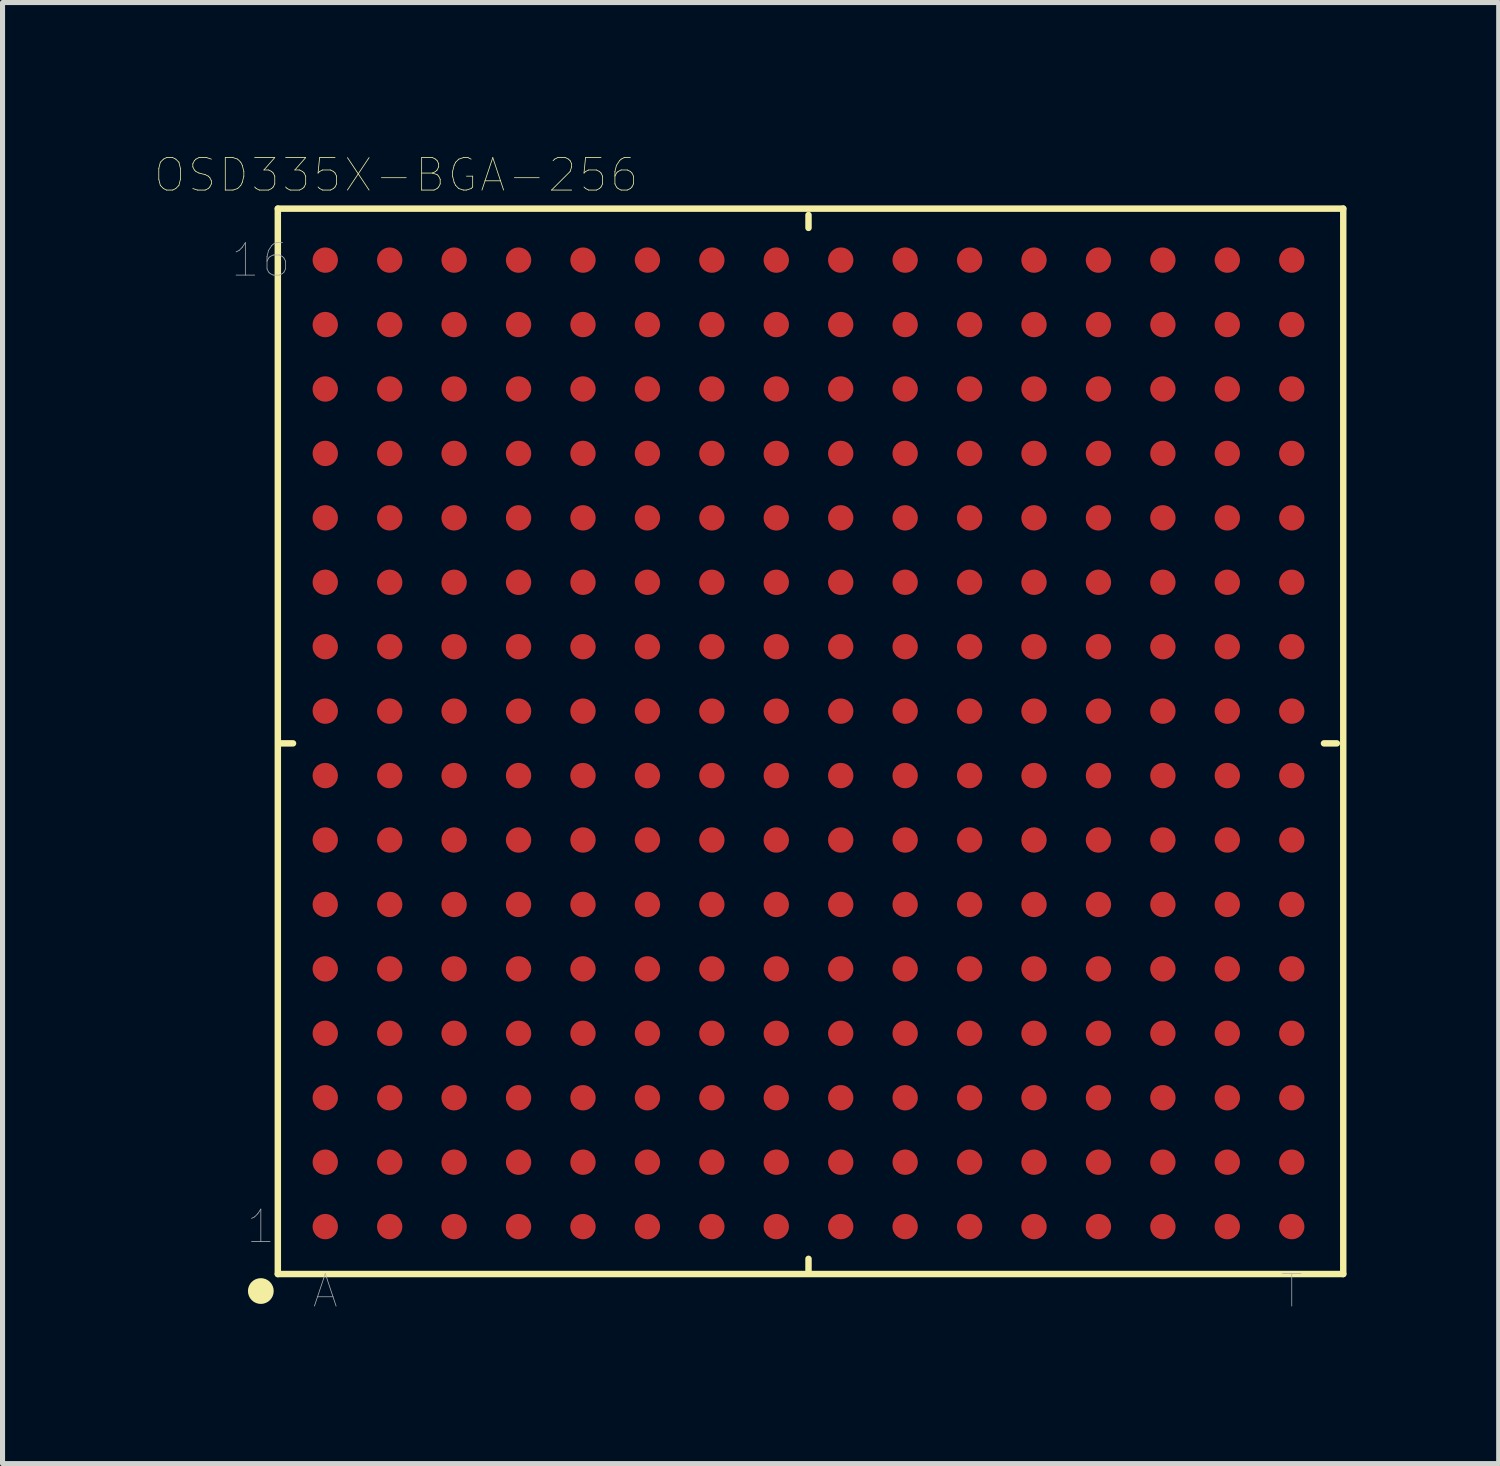
<source format=kicad_pcb>
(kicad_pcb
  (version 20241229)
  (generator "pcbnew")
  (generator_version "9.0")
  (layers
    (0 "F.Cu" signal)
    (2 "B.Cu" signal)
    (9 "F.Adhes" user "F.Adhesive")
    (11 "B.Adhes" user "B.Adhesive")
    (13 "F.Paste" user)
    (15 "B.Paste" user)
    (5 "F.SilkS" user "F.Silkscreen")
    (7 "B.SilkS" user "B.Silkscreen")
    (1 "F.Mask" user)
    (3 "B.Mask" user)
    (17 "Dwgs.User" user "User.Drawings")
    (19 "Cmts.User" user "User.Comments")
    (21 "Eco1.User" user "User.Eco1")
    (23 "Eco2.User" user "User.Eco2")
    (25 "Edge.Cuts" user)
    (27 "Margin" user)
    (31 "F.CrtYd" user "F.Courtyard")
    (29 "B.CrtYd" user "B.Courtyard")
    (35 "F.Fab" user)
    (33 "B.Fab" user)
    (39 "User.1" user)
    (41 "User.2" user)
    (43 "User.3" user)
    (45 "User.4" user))
  (footprint "OSD335X-BGA-256"
    (layer "F.Cu")
    (at 12.886 11.602)
    (property "Reference" "OSD335X-BGA-256" (at -8.128 -11.201 0) (layer "F.SilkS") (effects (font (size 0.64 0.64) (thickness 0.015))))
    (attr through_hole)
    (fp_line (start -10.46 -10.54) (end -10.46 10.46) (stroke (width 0.127) (type solid)) (layer "F.SilkS"))
    (fp_line (start -10.46 10.46) (end 10.54 10.46) (stroke (width 0.127) (type solid)) (layer "F.SilkS"))
    (fp_line (start -10.414 0) (end -10.16 0) (stroke (width 0.127) (type solid)) (layer "F.SilkS"))
    (fp_line (start 0 -10.414) (end 0 -10.16) (stroke (width 0.127) (type solid)) (layer "F.SilkS"))
    (fp_line (start 0 10.414) (end 0 10.16) (stroke (width 0.127) (type solid)) (layer "F.SilkS"))
    (fp_line (start 10.414 0) (end 10.16 0) (stroke (width 0.127) (type solid)) (layer "F.SilkS"))
    (fp_line (start 10.54 -10.54) (end -10.46 -10.54) (stroke (width 0.127) (type solid)) (layer "F.SilkS"))
    (fp_line (start 10.54 10.46) (end 10.54 -10.54) (stroke (width 0.127) (type solid)) (layer "F.SilkS"))
    (fp_circle (center -10.795 10.795) (end -10.668 10.795) (stroke (width 0.254) (type solid)) (fill no) (layer "F.SilkS"))
    (fp_text user "16" (at -10.795 -9.525 0) (layer "F.Fab") (effects (font (size 0.64 0.64) (thickness 0.015))))
    (fp_text user "1" (at -10.795 9.525 0) (layer "F.Fab") (effects (font (size 0.64 0.64) (thickness 0.015))))
    (fp_text user "T" (at 9.525 10.795 0) (layer "F.Fab") (effects (font (size 0.64 0.64) (thickness 0.015))))
    (fp_text user "A" (at -9.525 10.795 0) (layer "F.Fab") (effects (font (size 0.64 0.64) (thickness 0.015))))
    (pad "A1" smd circle (at -9.525 9.525) (size 0.5 0.5) (layers "F.Cu" "F.Mask" "F.Paste"))
    (pad "A2" smd circle (at -9.525 8.255) (size 0.5 0.5) (layers "F.Cu" "F.Mask" "F.Paste"))
    (pad "A3" smd circle (at -9.525 6.985) (size 0.5 0.5) (layers "F.Cu" "F.Mask" "F.Paste"))
    (pad "A4" smd circle (at -9.525 5.715) (size 0.5 0.5) (layers "F.Cu" "F.Mask" "F.Paste"))
    (pad "A5" smd circle (at -9.525 4.445) (size 0.5 0.5) (layers "F.Cu" "F.Mask" "F.Paste"))
    (pad "A6" smd circle (at -9.525 3.175) (size 0.5 0.5) (layers "F.Cu" "F.Mask" "F.Paste"))
    (pad "A7" smd circle (at -9.525 1.905) (size 0.5 0.5) (layers "F.Cu" "F.Mask" "F.Paste"))
    (pad "A8" smd circle (at -9.525 0.635) (size 0.5 0.5) (layers "F.Cu" "F.Mask" "F.Paste"))
    (pad "A9" smd circle (at -9.525 -0.635) (size 0.5 0.5) (layers "F.Cu" "F.Mask" "F.Paste"))
    (pad "A10" smd circle (at -9.525 -1.905) (size 0.5 0.5) (layers "F.Cu" "F.Mask" "F.Paste"))
    (pad "A11" smd circle (at -9.525 -3.175) (size 0.5 0.5) (layers "F.Cu" "F.Mask" "F.Paste"))
    (pad "A12" smd circle (at -9.525 -4.445) (size 0.5 0.5) (layers "F.Cu" "F.Mask" "F.Paste"))
    (pad "A13" smd circle (at -9.525 -5.715) (size 0.5 0.5) (layers "F.Cu" "F.Mask" "F.Paste"))
    (pad "A14" smd circle (at -9.525 -6.985) (size 0.5 0.5) (layers "F.Cu" "F.Mask" "F.Paste"))
    (pad "A15" smd circle (at -9.525 -8.255) (size 0.5 0.5) (layers "F.Cu" "F.Mask" "F.Paste"))
    (pad "A16" smd circle (at -9.525 -9.525) (size 0.5 0.5) (layers "F.Cu" "F.Mask" "F.Paste"))
    (pad "B1" smd circle (at -8.255 9.525) (size 0.5 0.5) (layers "F.Cu" "F.Mask" "F.Paste"))
    (pad "B2" smd circle (at -8.255 8.255) (size 0.5 0.5) (layers "F.Cu" "F.Mask" "F.Paste"))
    (pad "B3" smd circle (at -8.255 6.985) (size 0.5 0.5) (layers "F.Cu" "F.Mask" "F.Paste"))
    (pad "B4" smd circle (at -8.255 5.715) (size 0.5 0.5) (layers "F.Cu" "F.Mask" "F.Paste"))
    (pad "B5" smd circle (at -8.255 4.445) (size 0.5 0.5) (layers "F.Cu" "F.Mask" "F.Paste"))
    (pad "B6" smd circle (at -8.255 3.175) (size 0.5 0.5) (layers "F.Cu" "F.Mask" "F.Paste"))
    (pad "B7" smd circle (at -8.255 1.905) (size 0.5 0.5) (layers "F.Cu" "F.Mask" "F.Paste"))
    (pad "B8" smd circle (at -8.255 0.635) (size 0.5 0.5) (layers "F.Cu" "F.Mask" "F.Paste"))
    (pad "B9" smd circle (at -8.255 -0.635) (size 0.5 0.5) (layers "F.Cu" "F.Mask" "F.Paste"))
    (pad "B10" smd circle (at -8.255 -1.905) (size 0.5 0.5) (layers "F.Cu" "F.Mask" "F.Paste"))
    (pad "B11" smd circle (at -8.255 -3.175) (size 0.5 0.5) (layers "F.Cu" "F.Mask" "F.Paste"))
    (pad "B12" smd circle (at -8.255 -4.445) (size 0.5 0.5) (layers "F.Cu" "F.Mask" "F.Paste"))
    (pad "B13" smd circle (at -8.255 -5.715) (size 0.5 0.5) (layers "F.Cu" "F.Mask" "F.Paste"))
    (pad "B14" smd circle (at -8.255 -6.985) (size 0.5 0.5) (layers "F.Cu" "F.Mask" "F.Paste"))
    (pad "B15" smd circle (at -8.255 -8.255) (size 0.5 0.5) (layers "F.Cu" "F.Mask" "F.Paste"))
    (pad "B16" smd circle (at -8.255 -9.525) (size 0.5 0.5) (layers "F.Cu" "F.Mask" "F.Paste"))
    (pad "C1" smd circle (at -6.985 9.525) (size 0.5 0.5) (layers "F.Cu" "F.Mask" "F.Paste"))
    (pad "C2" smd circle (at -6.985 8.255) (size 0.5 0.5) (layers "F.Cu" "F.Mask" "F.Paste"))
    (pad "C3" smd circle (at -6.985 6.985) (size 0.5 0.5) (layers "F.Cu" "F.Mask" "F.Paste"))
    (pad "C4" smd circle (at -6.985 5.715) (size 0.5 0.5) (layers "F.Cu" "F.Mask" "F.Paste"))
    (pad "C5" smd circle (at -6.985 4.445) (size 0.5 0.5) (layers "F.Cu" "F.Mask" "F.Paste"))
    (pad "C6" smd circle (at -6.985 3.175) (size 0.5 0.5) (layers "F.Cu" "F.Mask" "F.Paste"))
    (pad "C7" smd circle (at -6.985 1.905) (size 0.5 0.5) (layers "F.Cu" "F.Mask" "F.Paste"))
    (pad "C8" smd circle (at -6.985 0.635) (size 0.5 0.5) (layers "F.Cu" "F.Mask" "F.Paste"))
    (pad "C9" smd circle (at -6.985 -0.635) (size 0.5 0.5) (layers "F.Cu" "F.Mask" "F.Paste"))
    (pad "C10" smd circle (at -6.985 -1.905) (size 0.5 0.5) (layers "F.Cu" "F.Mask" "F.Paste"))
    (pad "C11" smd circle (at -6.985 -3.175) (size 0.5 0.5) (layers "F.Cu" "F.Mask" "F.Paste"))
    (pad "C12" smd circle (at -6.985 -4.445) (size 0.5 0.5) (layers "F.Cu" "F.Mask" "F.Paste"))
    (pad "C13" smd circle (at -6.985 -5.715) (size 0.5 0.5) (layers "F.Cu" "F.Mask" "F.Paste"))
    (pad "C14" smd circle (at -6.985 -6.985) (size 0.5 0.5) (layers "F.Cu" "F.Mask" "F.Paste"))
    (pad "C15" smd circle (at -6.985 -8.255) (size 0.5 0.5) (layers "F.Cu" "F.Mask" "F.Paste"))
    (pad "C16" smd circle (at -6.985 -9.525) (size 0.5 0.5) (layers "F.Cu" "F.Mask" "F.Paste"))
    (pad "D1" smd circle (at -5.715 9.525) (size 0.5 0.5) (layers "F.Cu" "F.Mask" "F.Paste"))
    (pad "D2" smd circle (at -5.715 8.255) (size 0.5 0.5) (layers "F.Cu" "F.Mask" "F.Paste"))
    (pad "D3" smd circle (at -5.715 6.985) (size 0.5 0.5) (layers "F.Cu" "F.Mask" "F.Paste"))
    (pad "D4" smd circle (at -5.715 5.715) (size 0.5 0.5) (layers "F.Cu" "F.Mask" "F.Paste"))
    (pad "D5" smd circle (at -5.715 4.445) (size 0.5 0.5) (layers "F.Cu" "F.Mask" "F.Paste"))
    (pad "D6" smd circle (at -5.715 3.175) (size 0.5 0.5) (layers "F.Cu" "F.Mask" "F.Paste"))
    (pad "D7" smd circle (at -5.715 1.905) (size 0.5 0.5) (layers "F.Cu" "F.Mask" "F.Paste"))
    (pad "D8" smd circle (at -5.715 0.635) (size 0.5 0.5) (layers "F.Cu" "F.Mask" "F.Paste"))
    (pad "D9" smd circle (at -5.715 -0.635) (size 0.5 0.5) (layers "F.Cu" "F.Mask" "F.Paste"))
    (pad "D10" smd circle (at -5.715 -1.905) (size 0.5 0.5) (layers "F.Cu" "F.Mask" "F.Paste"))
    (pad "D11" smd circle (at -5.715 -3.175) (size 0.5 0.5) (layers "F.Cu" "F.Mask" "F.Paste"))
    (pad "D12" smd circle (at -5.715 -4.445) (size 0.5 0.5) (layers "F.Cu" "F.Mask" "F.Paste"))
    (pad "D13" smd circle (at -5.715 -5.715) (size 0.5 0.5) (layers "F.Cu" "F.Mask" "F.Paste"))
    (pad "D14" smd circle (at -5.715 -6.985) (size 0.5 0.5) (layers "F.Cu" "F.Mask" "F.Paste"))
    (pad "D15" smd circle (at -5.715 -8.255) (size 0.5 0.5) (layers "F.Cu" "F.Mask" "F.Paste"))
    (pad "D16" smd circle (at -5.715 -9.525) (size 0.5 0.5) (layers "F.Cu" "F.Mask" "F.Paste"))
    (pad "E1" smd circle (at -4.445 9.525) (size 0.5 0.5) (layers "F.Cu" "F.Mask" "F.Paste"))
    (pad "E2" smd circle (at -4.445 8.255) (size 0.5 0.5) (layers "F.Cu" "F.Mask" "F.Paste"))
    (pad "E3" smd circle (at -4.445 6.985) (size 0.5 0.5) (layers "F.Cu" "F.Mask" "F.Paste"))
    (pad "E4" smd circle (at -4.445 5.715) (size 0.5 0.5) (layers "F.Cu" "F.Mask" "F.Paste"))
    (pad "E5" smd circle (at -4.445 4.445) (size 0.5 0.5) (layers "F.Cu" "F.Mask" "F.Paste"))
    (pad "E6" smd circle (at -4.445 3.175) (size 0.5 0.5) (layers "F.Cu" "F.Mask" "F.Paste"))
    (pad "E7" smd circle (at -4.445 1.905) (size 0.5 0.5) (layers "F.Cu" "F.Mask" "F.Paste"))
    (pad "E8" smd circle (at -4.445 0.635) (size 0.5 0.5) (layers "F.Cu" "F.Mask" "F.Paste"))
    (pad "E9" smd circle (at -4.445 -0.635) (size 0.5 0.5) (layers "F.Cu" "F.Mask" "F.Paste"))
    (pad "E10" smd circle (at -4.445 -1.905) (size 0.5 0.5) (layers "F.Cu" "F.Mask" "F.Paste"))
    (pad "E11" smd circle (at -4.445 -3.175) (size 0.5 0.5) (layers "F.Cu" "F.Mask" "F.Paste"))
    (pad "E12" smd circle (at -4.445 -4.445) (size 0.5 0.5) (layers "F.Cu" "F.Mask" "F.Paste"))
    (pad "E13" smd circle (at -4.445 -5.715) (size 0.5 0.5) (layers "F.Cu" "F.Mask" "F.Paste"))
    (pad "E14" smd circle (at -4.445 -6.985) (size 0.5 0.5) (layers "F.Cu" "F.Mask" "F.Paste"))
    (pad "E15" smd circle (at -4.445 -8.255) (size 0.5 0.5) (layers "F.Cu" "F.Mask" "F.Paste"))
    (pad "E16" smd circle (at -4.445 -9.525) (size 0.5 0.5) (layers "F.Cu" "F.Mask" "F.Paste"))
    (pad "F1" smd circle (at -3.175 9.525) (size 0.5 0.5) (layers "F.Cu" "F.Mask" "F.Paste"))
    (pad "F2" smd circle (at -3.175 8.255) (size 0.5 0.5) (layers "F.Cu" "F.Mask" "F.Paste"))
    (pad "F3" smd circle (at -3.175 6.985) (size 0.5 0.5) (layers "F.Cu" "F.Mask" "F.Paste"))
    (pad "F4" smd circle (at -3.175 5.715) (size 0.5 0.5) (layers "F.Cu" "F.Mask" "F.Paste"))
    (pad "F5" smd circle (at -3.175 4.445) (size 0.5 0.5) (layers "F.Cu" "F.Mask" "F.Paste"))
    (pad "F6" smd circle (at -3.175 3.175) (size 0.5 0.5) (layers "F.Cu" "F.Mask" "F.Paste"))
    (pad "F7" smd circle (at -3.175 1.905) (size 0.5 0.5) (layers "F.Cu" "F.Mask" "F.Paste"))
    (pad "F8" smd circle (at -3.175 0.635) (size 0.5 0.5) (layers "F.Cu" "F.Mask" "F.Paste"))
    (pad "F9" smd circle (at -3.175 -0.635) (size 0.5 0.5) (layers "F.Cu" "F.Mask" "F.Paste"))
    (pad "F10" smd circle (at -3.175 -1.905) (size 0.5 0.5) (layers "F.Cu" "F.Mask" "F.Paste"))
    (pad "F11" smd circle (at -3.175 -3.175) (size 0.5 0.5) (layers "F.Cu" "F.Mask" "F.Paste"))
    (pad "F12" smd circle (at -3.175 -4.445) (size 0.5 0.5) (layers "F.Cu" "F.Mask" "F.Paste"))
    (pad "F13" smd circle (at -3.175 -5.715) (size 0.5 0.5) (layers "F.Cu" "F.Mask" "F.Paste"))
    (pad "F14" smd circle (at -3.175 -6.985) (size 0.5 0.5) (layers "F.Cu" "F.Mask" "F.Paste"))
    (pad "F15" smd circle (at -3.175 -8.255) (size 0.5 0.5) (layers "F.Cu" "F.Mask" "F.Paste"))
    (pad "F16" smd circle (at -3.175 -9.525) (size 0.5 0.5) (layers "F.Cu" "F.Mask" "F.Paste"))
    (pad "G1" smd circle (at -1.905 9.525) (size 0.5 0.5) (layers "F.Cu" "F.Mask" "F.Paste"))
    (pad "G2" smd circle (at -1.905 8.255) (size 0.5 0.5) (layers "F.Cu" "F.Mask" "F.Paste"))
    (pad "G3" smd circle (at -1.905 6.985) (size 0.5 0.5) (layers "F.Cu" "F.Mask" "F.Paste"))
    (pad "G4" smd circle (at -1.905 5.715) (size 0.5 0.5) (layers "F.Cu" "F.Mask" "F.Paste"))
    (pad "G5" smd circle (at -1.905 4.445) (size 0.5 0.5) (layers "F.Cu" "F.Mask" "F.Paste"))
    (pad "G6" smd circle (at -1.905 3.175) (size 0.5 0.5) (layers "F.Cu" "F.Mask" "F.Paste"))
    (pad "G7" smd circle (at -1.905 1.905) (size 0.5 0.5) (layers "F.Cu" "F.Mask" "F.Paste"))
    (pad "G8" smd circle (at -1.905 0.635) (size 0.5 0.5) (layers "F.Cu" "F.Mask" "F.Paste"))
    (pad "G9" smd circle (at -1.905 -0.635) (size 0.5 0.5) (layers "F.Cu" "F.Mask" "F.Paste"))
    (pad "G10" smd circle (at -1.905 -1.905) (size 0.5 0.5) (layers "F.Cu" "F.Mask" "F.Paste"))
    (pad "G11" smd circle (at -1.905 -3.175) (size 0.5 0.5) (layers "F.Cu" "F.Mask" "F.Paste"))
    (pad "G12" smd circle (at -1.905 -4.445) (size 0.5 0.5) (layers "F.Cu" "F.Mask" "F.Paste"))
    (pad "G13" smd circle (at -1.905 -5.715) (size 0.5 0.5) (layers "F.Cu" "F.Mask" "F.Paste"))
    (pad "G14" smd circle (at -1.905 -6.985) (size 0.5 0.5) (layers "F.Cu" "F.Mask" "F.Paste"))
    (pad "G15" smd circle (at -1.905 -8.255) (size 0.5 0.5) (layers "F.Cu" "F.Mask" "F.Paste"))
    (pad "G16" smd circle (at -1.905 -9.525) (size 0.5 0.5) (layers "F.Cu" "F.Mask" "F.Paste"))
    (pad "H1" smd circle (at -0.635 9.525) (size 0.5 0.5) (layers "F.Cu" "F.Mask" "F.Paste"))
    (pad "H2" smd circle (at -0.635 8.255) (size 0.5 0.5) (layers "F.Cu" "F.Mask" "F.Paste"))
    (pad "H3" smd circle (at -0.635 6.985) (size 0.5 0.5) (layers "F.Cu" "F.Mask" "F.Paste"))
    (pad "H4" smd circle (at -0.635 5.715) (size 0.5 0.5) (layers "F.Cu" "F.Mask" "F.Paste"))
    (pad "H5" smd circle (at -0.635 4.445) (size 0.5 0.5) (layers "F.Cu" "F.Mask" "F.Paste"))
    (pad "H6" smd circle (at -0.635 3.175) (size 0.5 0.5) (layers "F.Cu" "F.Mask" "F.Paste"))
    (pad "H7" smd circle (at -0.635 1.905) (size 0.5 0.5) (layers "F.Cu" "F.Mask" "F.Paste"))
    (pad "H8" smd circle (at -0.635 0.635) (size 0.5 0.5) (layers "F.Cu" "F.Mask" "F.Paste"))
    (pad "H9" smd circle (at -0.635 -0.635) (size 0.5 0.5) (layers "F.Cu" "F.Mask" "F.Paste"))
    (pad "H10" smd circle (at -0.635 -1.905) (size 0.5 0.5) (layers "F.Cu" "F.Mask" "F.Paste"))
    (pad "H11" smd circle (at -0.635 -3.175) (size 0.5 0.5) (layers "F.Cu" "F.Mask" "F.Paste"))
    (pad "H12" smd circle (at -0.635 -4.445) (size 0.5 0.5) (layers "F.Cu" "F.Mask" "F.Paste"))
    (pad "H13" smd circle (at -0.635 -5.715) (size 0.5 0.5) (layers "F.Cu" "F.Mask" "F.Paste"))
    (pad "H14" smd circle (at -0.635 -6.985) (size 0.5 0.5) (layers "F.Cu" "F.Mask" "F.Paste"))
    (pad "H15" smd circle (at -0.635 -8.255) (size 0.5 0.5) (layers "F.Cu" "F.Mask" "F.Paste"))
    (pad "H16" smd circle (at -0.635 -9.525) (size 0.5 0.5) (layers "F.Cu" "F.Mask" "F.Paste"))
    (pad "J1" smd circle (at 0.635 9.525) (size 0.5 0.5) (layers "F.Cu" "F.Mask" "F.Paste"))
    (pad "J2" smd circle (at 0.635 8.255) (size 0.5 0.5) (layers "F.Cu" "F.Mask" "F.Paste"))
    (pad "J3" smd circle (at 0.635 6.985) (size 0.5 0.5) (layers "F.Cu" "F.Mask" "F.Paste"))
    (pad "J4" smd circle (at 0.635 5.715) (size 0.5 0.5) (layers "F.Cu" "F.Mask" "F.Paste"))
    (pad "J5" smd circle (at 0.635 4.445) (size 0.5 0.5) (layers "F.Cu" "F.Mask" "F.Paste"))
    (pad "J6" smd circle (at 0.635 3.175) (size 0.5 0.5) (layers "F.Cu" "F.Mask" "F.Paste"))
    (pad "J7" smd circle (at 0.635 1.905) (size 0.5 0.5) (layers "F.Cu" "F.Mask" "F.Paste"))
    (pad "J8" smd circle (at 0.635 0.635) (size 0.5 0.5) (layers "F.Cu" "F.Mask" "F.Paste"))
    (pad "J9" smd circle (at 0.635 -0.635) (size 0.5 0.5) (layers "F.Cu" "F.Mask" "F.Paste"))
    (pad "J10" smd circle (at 0.635 -1.905) (size 0.5 0.5) (layers "F.Cu" "F.Mask" "F.Paste"))
    (pad "J11" smd circle (at 0.635 -3.175) (size 0.5 0.5) (layers "F.Cu" "F.Mask" "F.Paste"))
    (pad "J12" smd circle (at 0.635 -4.445) (size 0.5 0.5) (layers "F.Cu" "F.Mask" "F.Paste"))
    (pad "J13" smd circle (at 0.635 -5.715) (size 0.5 0.5) (layers "F.Cu" "F.Mask" "F.Paste"))
    (pad "J14" smd circle (at 0.635 -6.985) (size 0.5 0.5) (layers "F.Cu" "F.Mask" "F.Paste"))
    (pad "J15" smd circle (at 0.635 -8.255) (size 0.5 0.5) (layers "F.Cu" "F.Mask" "F.Paste"))
    (pad "J16" smd circle (at 0.635 -9.525) (size 0.5 0.5) (layers "F.Cu" "F.Mask" "F.Paste"))
    (pad "K1" smd circle (at 1.905 9.525) (size 0.5 0.5) (layers "F.Cu" "F.Mask" "F.Paste"))
    (pad "K2" smd circle (at 1.905 8.255) (size 0.5 0.5) (layers "F.Cu" "F.Mask" "F.Paste"))
    (pad "K3" smd circle (at 1.905 6.985) (size 0.5 0.5) (layers "F.Cu" "F.Mask" "F.Paste"))
    (pad "K4" smd circle (at 1.905 5.715) (size 0.5 0.5) (layers "F.Cu" "F.Mask" "F.Paste"))
    (pad "K5" smd circle (at 1.905 4.445) (size 0.5 0.5) (layers "F.Cu" "F.Mask" "F.Paste"))
    (pad "K6" smd circle (at 1.905 3.175) (size 0.5 0.5) (layers "F.Cu" "F.Mask" "F.Paste"))
    (pad "K7" smd circle (at 1.905 1.905) (size 0.5 0.5) (layers "F.Cu" "F.Mask" "F.Paste"))
    (pad "K8" smd circle (at 1.905 0.635) (size 0.5 0.5) (layers "F.Cu" "F.Mask" "F.Paste"))
    (pad "K9" smd circle (at 1.905 -0.635) (size 0.5 0.5) (layers "F.Cu" "F.Mask" "F.Paste"))
    (pad "K10" smd circle (at 1.905 -1.905) (size 0.5 0.5) (layers "F.Cu" "F.Mask" "F.Paste"))
    (pad "K11" smd circle (at 1.905 -3.175) (size 0.5 0.5) (layers "F.Cu" "F.Mask" "F.Paste"))
    (pad "K12" smd circle (at 1.905 -4.445) (size 0.5 0.5) (layers "F.Cu" "F.Mask" "F.Paste"))
    (pad "K13" smd circle (at 1.905 -5.715) (size 0.5 0.5) (layers "F.Cu" "F.Mask" "F.Paste"))
    (pad "K14" smd circle (at 1.905 -6.985) (size 0.5 0.5) (layers "F.Cu" "F.Mask" "F.Paste"))
    (pad "K15" smd circle (at 1.905 -8.255) (size 0.5 0.5) (layers "F.Cu" "F.Mask" "F.Paste"))
    (pad "K16" smd circle (at 1.905 -9.525) (size 0.5 0.5) (layers "F.Cu" "F.Mask" "F.Paste"))
    (pad "L1" smd circle (at 3.175 9.525) (size 0.5 0.5) (layers "F.Cu" "F.Mask" "F.Paste"))
    (pad "L2" smd circle (at 3.175 8.255) (size 0.5 0.5) (layers "F.Cu" "F.Mask" "F.Paste"))
    (pad "L3" smd circle (at 3.175 6.985) (size 0.5 0.5) (layers "F.Cu" "F.Mask" "F.Paste"))
    (pad "L4" smd circle (at 3.175 5.715) (size 0.5 0.5) (layers "F.Cu" "F.Mask" "F.Paste"))
    (pad "L5" smd circle (at 3.175 4.445) (size 0.5 0.5) (layers "F.Cu" "F.Mask" "F.Paste"))
    (pad "L6" smd circle (at 3.175 3.175) (size 0.5 0.5) (layers "F.Cu" "F.Mask" "F.Paste"))
    (pad "L7" smd circle (at 3.175 1.905) (size 0.5 0.5) (layers "F.Cu" "F.Mask" "F.Paste"))
    (pad "L8" smd circle (at 3.175 0.635) (size 0.5 0.5) (layers "F.Cu" "F.Mask" "F.Paste"))
    (pad "L9" smd circle (at 3.175 -0.635) (size 0.5 0.5) (layers "F.Cu" "F.Mask" "F.Paste"))
    (pad "L10" smd circle (at 3.175 -1.905) (size 0.5 0.5) (layers "F.Cu" "F.Mask" "F.Paste"))
    (pad "L11" smd circle (at 3.175 -3.175) (size 0.5 0.5) (layers "F.Cu" "F.Mask" "F.Paste"))
    (pad "L12" smd circle (at 3.175 -4.445) (size 0.5 0.5) (layers "F.Cu" "F.Mask" "F.Paste"))
    (pad "L13" smd circle (at 3.175 -5.715) (size 0.5 0.5) (layers "F.Cu" "F.Mask" "F.Paste"))
    (pad "L14" smd circle (at 3.175 -6.985) (size 0.5 0.5) (layers "F.Cu" "F.Mask" "F.Paste"))
    (pad "L15" smd circle (at 3.175 -8.255) (size 0.5 0.5) (layers "F.Cu" "F.Mask" "F.Paste"))
    (pad "L16" smd circle (at 3.175 -9.525) (size 0.5 0.5) (layers "F.Cu" "F.Mask" "F.Paste"))
    (pad "M1" smd circle (at 4.445 9.525) (size 0.5 0.5) (layers "F.Cu" "F.Mask" "F.Paste"))
    (pad "M2" smd circle (at 4.445 8.255) (size 0.5 0.5) (layers "F.Cu" "F.Mask" "F.Paste"))
    (pad "M3" smd circle (at 4.445 6.985) (size 0.5 0.5) (layers "F.Cu" "F.Mask" "F.Paste"))
    (pad "M4" smd circle (at 4.445 5.715) (size 0.5 0.5) (layers "F.Cu" "F.Mask" "F.Paste"))
    (pad "M5" smd circle (at 4.445 4.445) (size 0.5 0.5) (layers "F.Cu" "F.Mask" "F.Paste"))
    (pad "M6" smd circle (at 4.445 3.175) (size 0.5 0.5) (layers "F.Cu" "F.Mask" "F.Paste"))
    (pad "M7" smd circle (at 4.445 1.905) (size 0.5 0.5) (layers "F.Cu" "F.Mask" "F.Paste"))
    (pad "M8" smd circle (at 4.445 0.635) (size 0.5 0.5) (layers "F.Cu" "F.Mask" "F.Paste"))
    (pad "M9" smd circle (at 4.445 -0.635) (size 0.5 0.5) (layers "F.Cu" "F.Mask" "F.Paste"))
    (pad "M10" smd circle (at 4.445 -1.905) (size 0.5 0.5) (layers "F.Cu" "F.Mask" "F.Paste"))
    (pad "M11" smd circle (at 4.445 -3.175) (size 0.5 0.5) (layers "F.Cu" "F.Mask" "F.Paste"))
    (pad "M12" smd circle (at 4.445 -4.445) (size 0.5 0.5) (layers "F.Cu" "F.Mask" "F.Paste"))
    (pad "M13" smd circle (at 4.445 -5.715) (size 0.5 0.5) (layers "F.Cu" "F.Mask" "F.Paste"))
    (pad "M14" smd circle (at 4.445 -6.985) (size 0.5 0.5) (layers "F.Cu" "F.Mask" "F.Paste"))
    (pad "M15" smd circle (at 4.445 -8.255) (size 0.5 0.5) (layers "F.Cu" "F.Mask" "F.Paste"))
    (pad "M16" smd circle (at 4.445 -9.525) (size 0.5 0.5) (layers "F.Cu" "F.Mask" "F.Paste"))
    (pad "N1" smd circle (at 5.715 9.525) (size 0.5 0.5) (layers "F.Cu" "F.Mask" "F.Paste"))
    (pad "N2" smd circle (at 5.715 8.255) (size 0.5 0.5) (layers "F.Cu" "F.Mask" "F.Paste"))
    (pad "N3" smd circle (at 5.715 6.985) (size 0.5 0.5) (layers "F.Cu" "F.Mask" "F.Paste"))
    (pad "N4" smd circle (at 5.715 5.715) (size 0.5 0.5) (layers "F.Cu" "F.Mask" "F.Paste"))
    (pad "N5" smd circle (at 5.715 4.445) (size 0.5 0.5) (layers "F.Cu" "F.Mask" "F.Paste"))
    (pad "N6" smd circle (at 5.715 3.175) (size 0.5 0.5) (layers "F.Cu" "F.Mask" "F.Paste"))
    (pad "N7" smd circle (at 5.715 1.905) (size 0.5 0.5) (layers "F.Cu" "F.Mask" "F.Paste"))
    (pad "N8" smd circle (at 5.715 0.635) (size 0.5 0.5) (layers "F.Cu" "F.Mask" "F.Paste"))
    (pad "N9" smd circle (at 5.715 -0.635) (size 0.5 0.5) (layers "F.Cu" "F.Mask" "F.Paste"))
    (pad "N10" smd circle (at 5.715 -1.905) (size 0.5 0.5) (layers "F.Cu" "F.Mask" "F.Paste"))
    (pad "N11" smd circle (at 5.715 -3.175) (size 0.5 0.5) (layers "F.Cu" "F.Mask" "F.Paste"))
    (pad "N12" smd circle (at 5.715 -4.445) (size 0.5 0.5) (layers "F.Cu" "F.Mask" "F.Paste"))
    (pad "N13" smd circle (at 5.715 -5.715) (size 0.5 0.5) (layers "F.Cu" "F.Mask" "F.Paste"))
    (pad "N14" smd circle (at 5.715 -6.985) (size 0.5 0.5) (layers "F.Cu" "F.Mask" "F.Paste"))
    (pad "N15" smd circle (at 5.715 -8.255) (size 0.5 0.5) (layers "F.Cu" "F.Mask" "F.Paste"))
    (pad "N16" smd circle (at 5.715 -9.525) (size 0.5 0.5) (layers "F.Cu" "F.Mask" "F.Paste"))
    (pad "P1" smd circle (at 6.985 9.525) (size 0.5 0.5) (layers "F.Cu" "F.Mask" "F.Paste"))
    (pad "P2" smd circle (at 6.985 8.255) (size 0.5 0.5) (layers "F.Cu" "F.Mask" "F.Paste"))
    (pad "P3" smd circle (at 6.985 6.985) (size 0.5 0.5) (layers "F.Cu" "F.Mask" "F.Paste"))
    (pad "P4" smd circle (at 6.985 5.715) (size 0.5 0.5) (layers "F.Cu" "F.Mask" "F.Paste"))
    (pad "P5" smd circle (at 6.985 4.445) (size 0.5 0.5) (layers "F.Cu" "F.Mask" "F.Paste"))
    (pad "P6" smd circle (at 6.985 3.175) (size 0.5 0.5) (layers "F.Cu" "F.Mask" "F.Paste"))
    (pad "P7" smd circle (at 6.985 1.905) (size 0.5 0.5) (layers "F.Cu" "F.Mask" "F.Paste"))
    (pad "P8" smd circle (at 6.985 0.635) (size 0.5 0.5) (layers "F.Cu" "F.Mask" "F.Paste"))
    (pad "P9" smd circle (at 6.985 -0.635) (size 0.5 0.5) (layers "F.Cu" "F.Mask" "F.Paste"))
    (pad "P10" smd circle (at 6.985 -1.905) (size 0.5 0.5) (layers "F.Cu" "F.Mask" "F.Paste"))
    (pad "P11" smd circle (at 6.985 -3.175) (size 0.5 0.5) (layers "F.Cu" "F.Mask" "F.Paste"))
    (pad "P12" smd circle (at 6.985 -4.445) (size 0.5 0.5) (layers "F.Cu" "F.Mask" "F.Paste"))
    (pad "P13" smd circle (at 6.985 -5.715) (size 0.5 0.5) (layers "F.Cu" "F.Mask" "F.Paste"))
    (pad "P14" smd circle (at 6.985 -6.985) (size 0.5 0.5) (layers "F.Cu" "F.Mask" "F.Paste"))
    (pad "P15" smd circle (at 6.985 -8.255) (size 0.5 0.5) (layers "F.Cu" "F.Mask" "F.Paste"))
    (pad "P16" smd circle (at 6.985 -9.525) (size 0.5 0.5) (layers "F.Cu" "F.Mask" "F.Paste"))
    (pad "R1" smd circle (at 8.255 9.525) (size 0.5 0.5) (layers "F.Cu" "F.Mask" "F.Paste"))
    (pad "R2" smd circle (at 8.255 8.255) (size 0.5 0.5) (layers "F.Cu" "F.Mask" "F.Paste"))
    (pad "R3" smd circle (at 8.255 6.985) (size 0.5 0.5) (layers "F.Cu" "F.Mask" "F.Paste"))
    (pad "R4" smd circle (at 8.255 5.715) (size 0.5 0.5) (layers "F.Cu" "F.Mask" "F.Paste"))
    (pad "R5" smd circle (at 8.255 4.445) (size 0.5 0.5) (layers "F.Cu" "F.Mask" "F.Paste"))
    (pad "R6" smd circle (at 8.255 3.175) (size 0.5 0.5) (layers "F.Cu" "F.Mask" "F.Paste"))
    (pad "R7" smd circle (at 8.255 1.905) (size 0.5 0.5) (layers "F.Cu" "F.Mask" "F.Paste"))
    (pad "R8" smd circle (at 8.255 0.635) (size 0.5 0.5) (layers "F.Cu" "F.Mask" "F.Paste"))
    (pad "R9" smd circle (at 8.255 -0.635) (size 0.5 0.5) (layers "F.Cu" "F.Mask" "F.Paste"))
    (pad "R10" smd circle (at 8.255 -1.905) (size 0.5 0.5) (layers "F.Cu" "F.Mask" "F.Paste"))
    (pad "R11" smd circle (at 8.255 -3.175) (size 0.5 0.5) (layers "F.Cu" "F.Mask" "F.Paste"))
    (pad "R12" smd circle (at 8.255 -4.445) (size 0.5 0.5) (layers "F.Cu" "F.Mask" "F.Paste"))
    (pad "R13" smd circle (at 8.255 -5.715) (size 0.5 0.5) (layers "F.Cu" "F.Mask" "F.Paste"))
    (pad "R14" smd circle (at 8.255 -6.985) (size 0.5 0.5) (layers "F.Cu" "F.Mask" "F.Paste"))
    (pad "R15" smd circle (at 8.255 -8.255) (size 0.5 0.5) (layers "F.Cu" "F.Mask" "F.Paste"))
    (pad "R16" smd circle (at 8.255 -9.525) (size 0.5 0.5) (layers "F.Cu" "F.Mask" "F.Paste"))
    (pad "T1" smd circle (at 9.525 9.525) (size 0.5 0.5) (layers "F.Cu" "F.Mask" "F.Paste"))
    (pad "T2" smd circle (at 9.525 8.255) (size 0.5 0.5) (layers "F.Cu" "F.Mask" "F.Paste"))
    (pad "T3" smd circle (at 9.525 6.985) (size 0.5 0.5) (layers "F.Cu" "F.Mask" "F.Paste"))
    (pad "T4" smd circle (at 9.525 5.715) (size 0.5 0.5) (layers "F.Cu" "F.Mask" "F.Paste"))
    (pad "T5" smd circle (at 9.525 4.445) (size 0.5 0.5) (layers "F.Cu" "F.Mask" "F.Paste"))
    (pad "T6" smd circle (at 9.525 3.175) (size 0.5 0.5) (layers "F.Cu" "F.Mask" "F.Paste"))
    (pad "T7" smd circle (at 9.525 1.905) (size 0.5 0.5) (layers "F.Cu" "F.Mask" "F.Paste"))
    (pad "T8" smd circle (at 9.525 0.635) (size 0.5 0.5) (layers "F.Cu" "F.Mask" "F.Paste"))
    (pad "T9" smd circle (at 9.525 -0.635) (size 0.5 0.5) (layers "F.Cu" "F.Mask" "F.Paste"))
    (pad "T10" smd circle (at 9.525 -1.905) (size 0.5 0.5) (layers "F.Cu" "F.Mask" "F.Paste"))
    (pad "T11" smd circle (at 9.525 -3.175) (size 0.5 0.5) (layers "F.Cu" "F.Mask" "F.Paste"))
    (pad "T12" smd circle (at 9.525 -4.445) (size 0.5 0.5) (layers "F.Cu" "F.Mask" "F.Paste"))
    (pad "T13" smd circle (at 9.525 -5.715) (size 0.5 0.5) (layers "F.Cu" "F.Mask" "F.Paste"))
    (pad "T14" smd circle (at 9.525 -6.985) (size 0.5 0.5) (layers "F.Cu" "F.Mask" "F.Paste"))
    (pad "T15" smd circle (at 9.525 -8.255) (size 0.5 0.5) (layers "F.Cu" "F.Mask" "F.Paste"))
    (pad "T16" smd circle (at 9.525 -9.525) (size 0.5 0.5) (layers "F.Cu" "F.Mask" "F.Paste")))
  (gr_rect
    (start -3 -3)
    (end 26.49 25.798)
    (stroke (width 0.1) (type default))
    (fill no)
    (layer "Edge.Cuts")))
</source>
